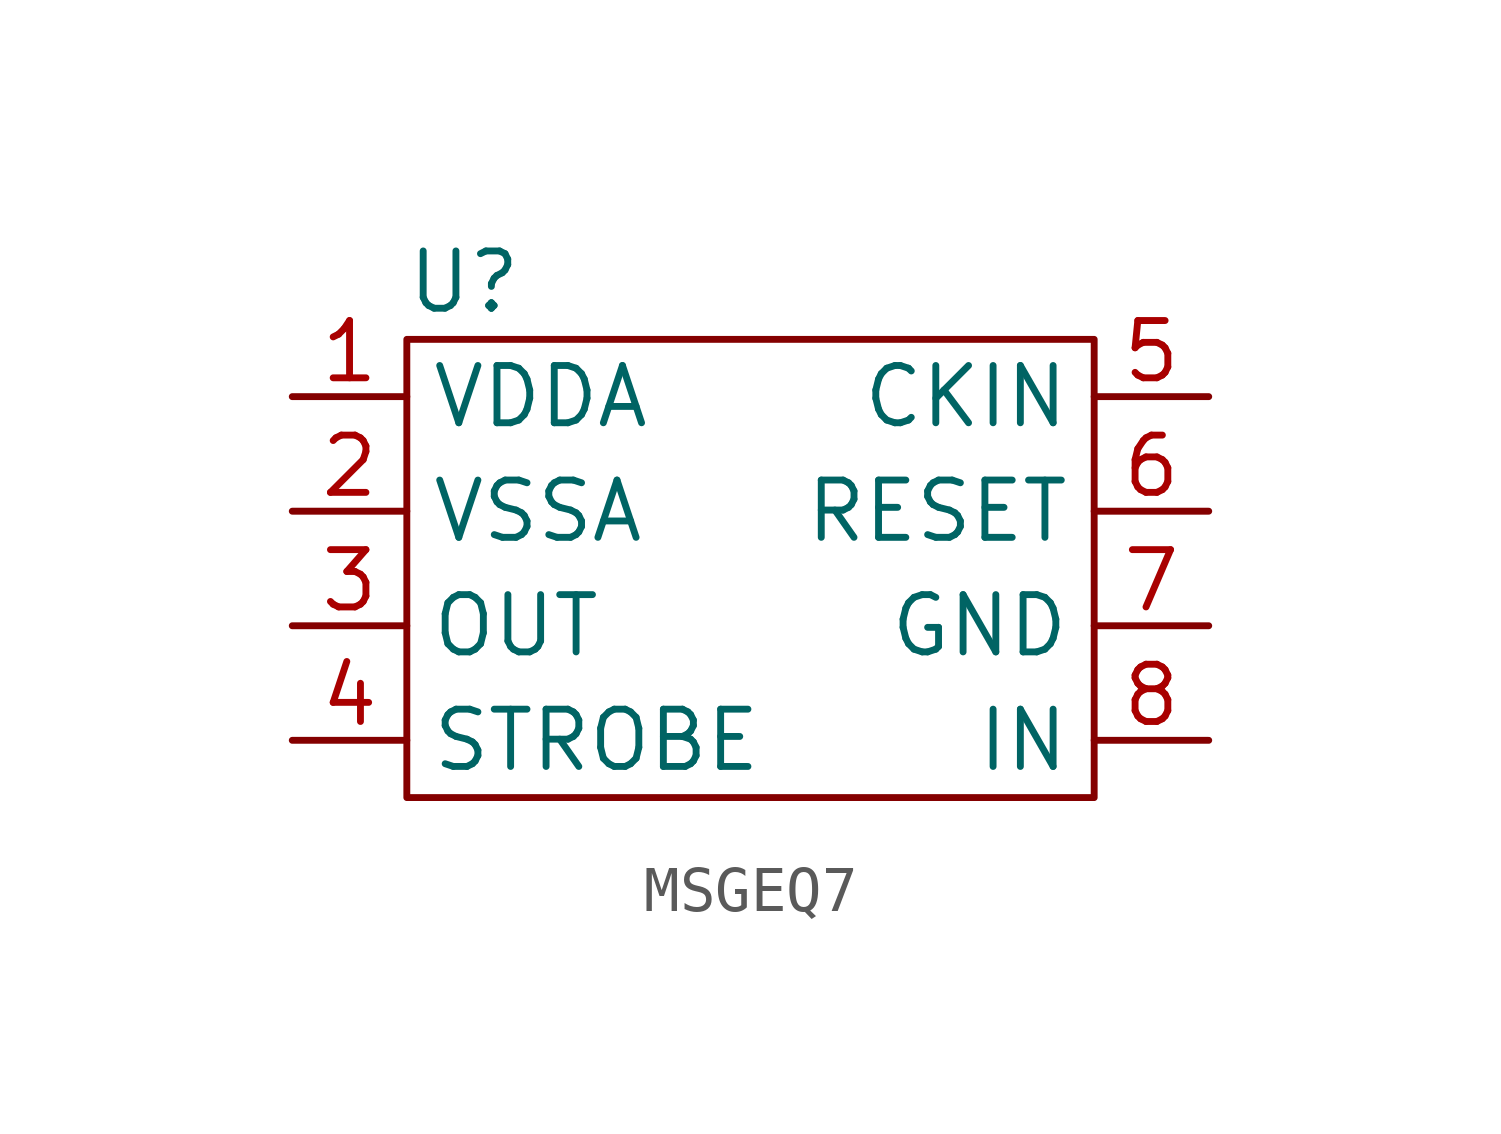
<source format=kicad_sym>
(kicad_symbol_lib
  (version 20220914)
  (generator kicad_symbol_editor)
  (symbol "MSGEQ7"
    (property "Reference" "U"
      (at 1.27 1.27 0)
      (effects (font (size 1.27 1.27))))
    (property "Value" ""
      (at 0 0 0)
      (effects (font (size 1.27 1.27))))
    (symbol "MSGEQ7_0_1"
      (rectangle (start 0 0) (end 15.24 -10.16) (stroke (width 0) (type default)) (fill (type none))))
    (symbol "MSGEQ7_1_1"
      (pin power_in line (at -2.54 -1.27 0) (length 2.54) (name "VDDA" (effects (font (size 1.27 1.27)))) (number "1" (effects (font (size 1.27 1.27)))))
      (pin power_in line (at -2.54 -3.81 0) (length 2.54) (name "VSSA" (effects (font (size 1.27 1.27)))) (number "2" (effects (font (size 1.27 1.27)))))
      (pin output line (at -2.54 -6.35 0) (length 2.54) (name "OUT" (effects (font (size 1.27 1.27)))) (number "3" (effects (font (size 1.27 1.27)))))
      (pin input line (at -2.54 -8.89 0) (length 2.54) (name "STROBE" (effects (font (size 1.27 1.27)))) (number "4" (effects (font (size 1.27 1.27)))))
      (pin input line (at 17.78 -1.27 180) (length 2.54) (name "CKIN" (effects (font (size 1.27 1.27)))) (number "5" (effects (font (size 1.27 1.27)))))
      (pin input line (at 17.78 -3.81 180) (length 2.54) (name "RESET" (effects (font (size 1.27 1.27)))) (number "6" (effects (font (size 1.27 1.27)))))
      (pin power_in line (at 17.78 -6.35 180) (length 2.54) (name "GND" (effects (font (size 1.27 1.27)))) (number "7" (effects (font (size 1.27 1.27)))))
      (pin input line (at 17.78 -8.89 180) (length 2.54) (name "IN" (effects (font (size 1.27 1.27)))) (number "8" (effects (font (size 1.27 1.27))))))))
</source>
